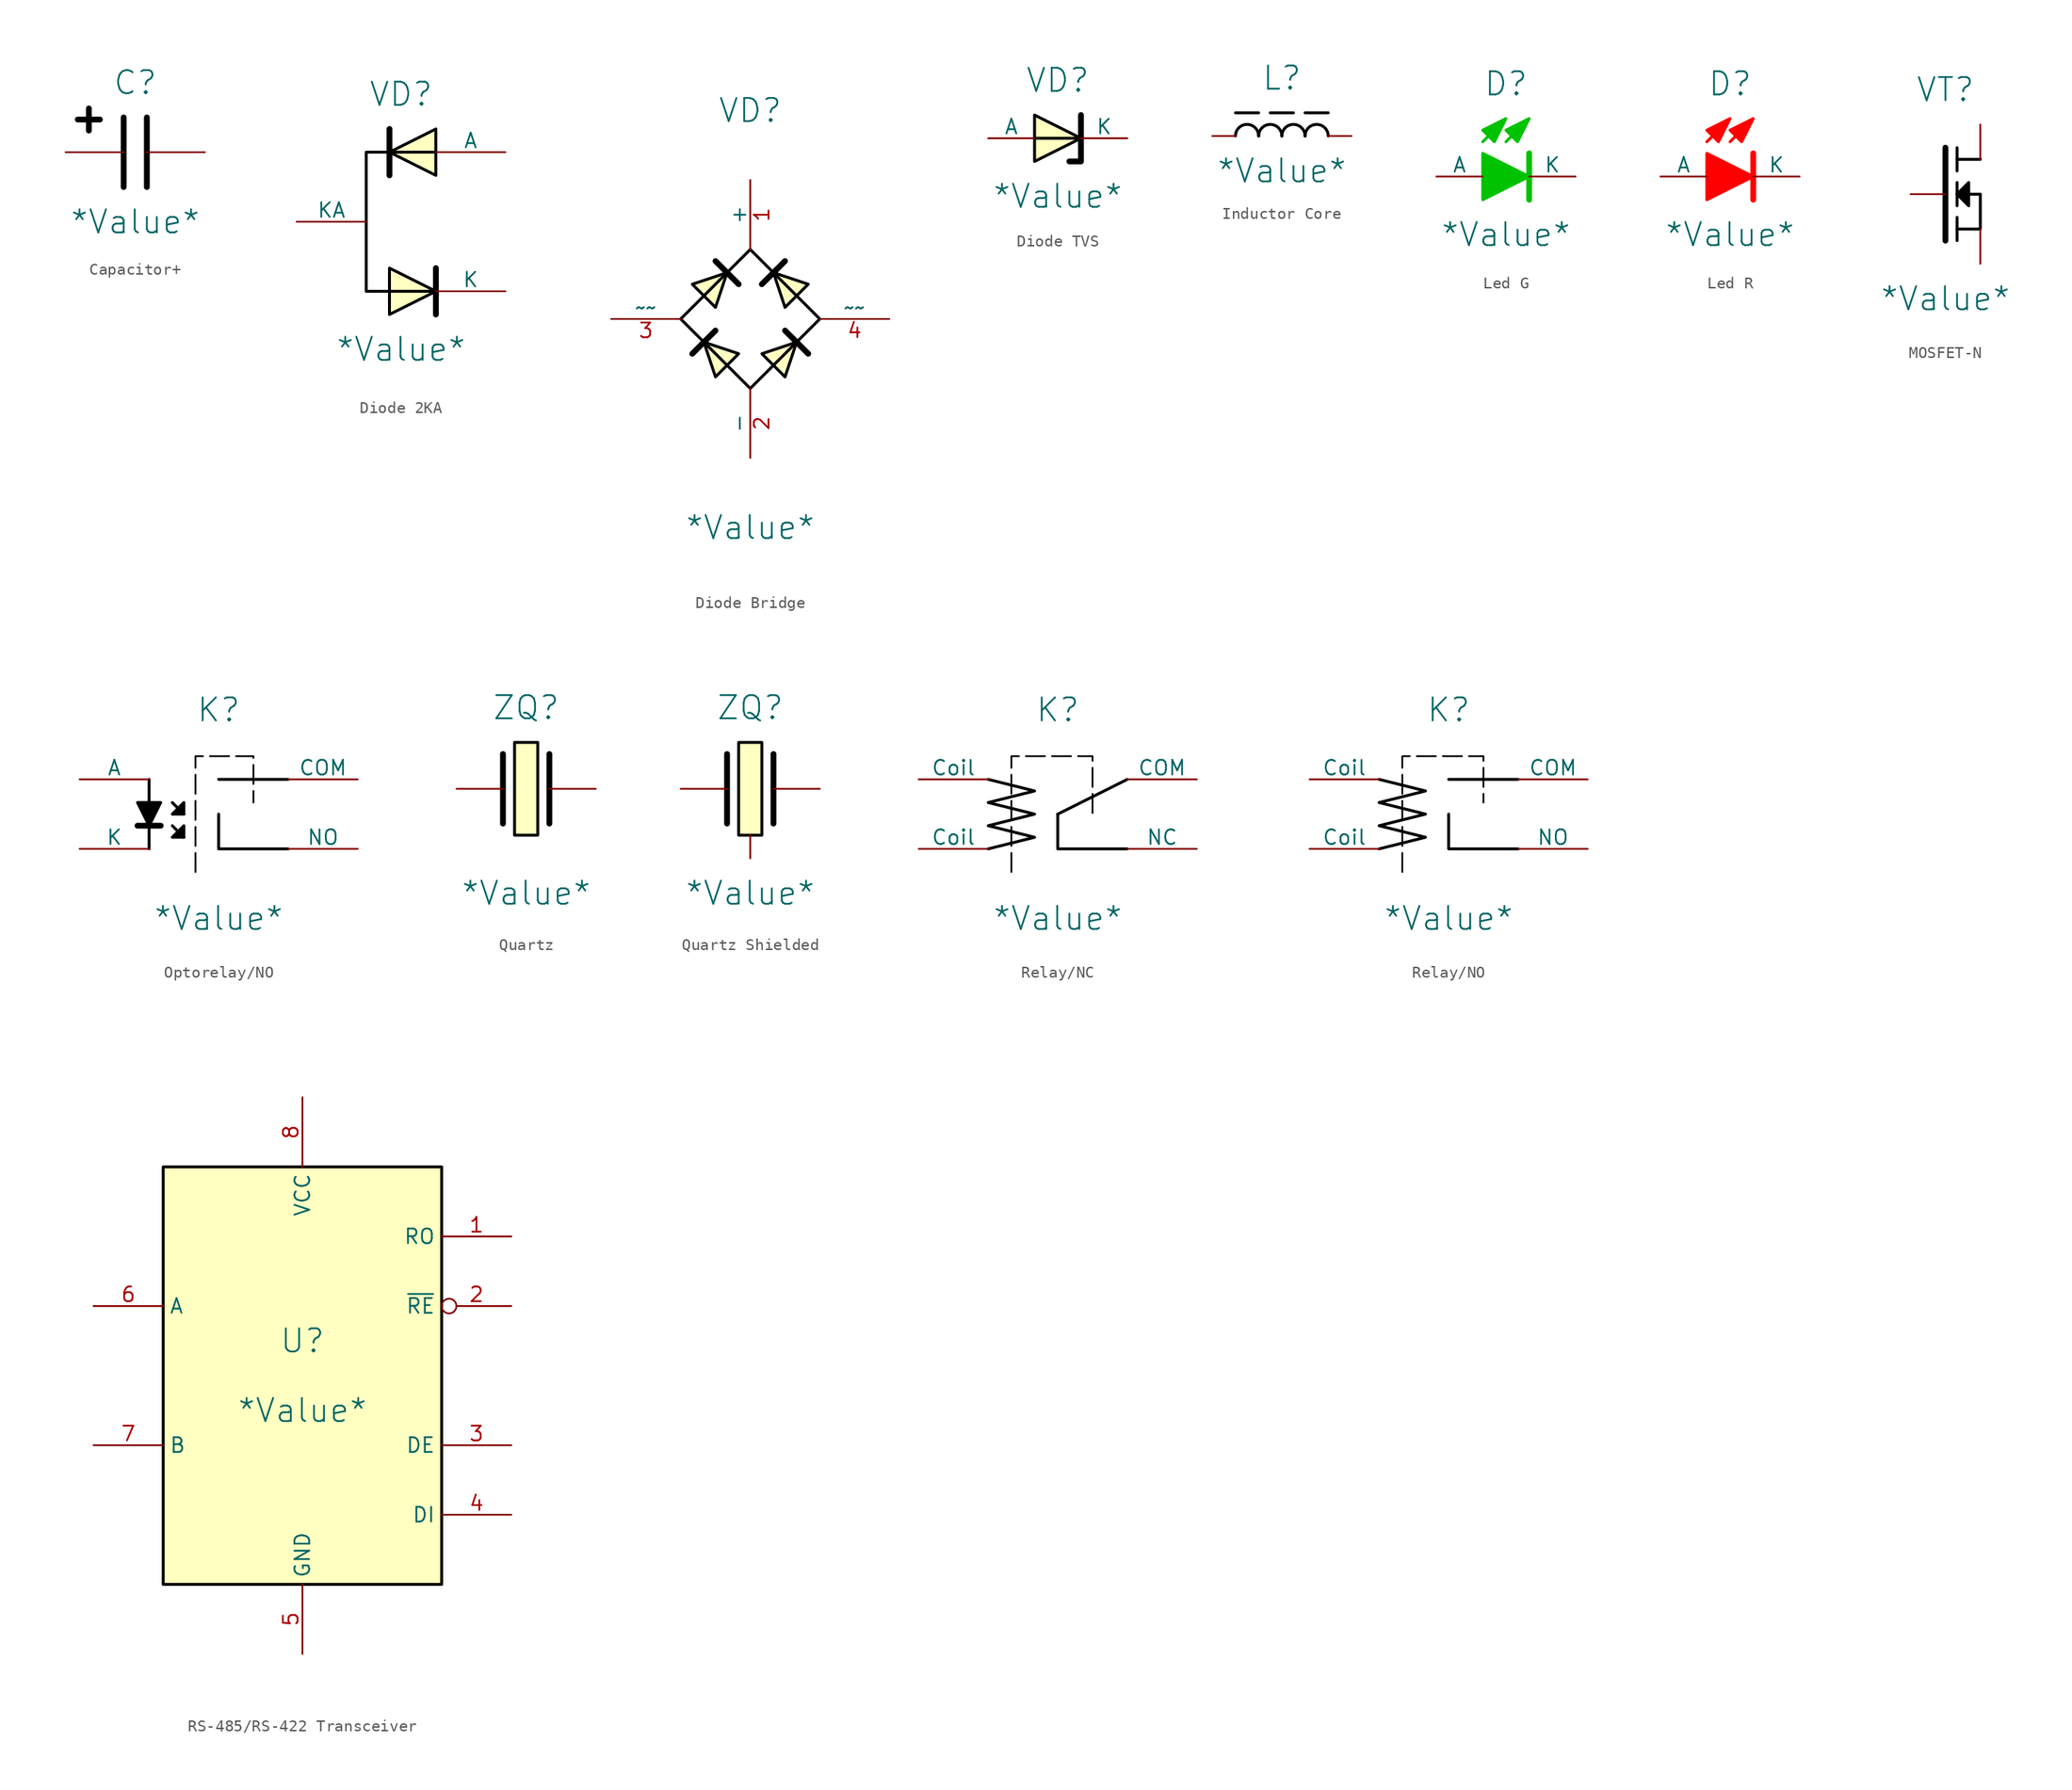
<source format=kicad_sym>
(kicad_symbol_lib
  (version 20241209)
  (generator "kicad_symbol_editor")
  (generator_version "9.0")
  (symbol "Capacitor+"
    (pin_numbers
      (hide yes))
    (pin_names
      (offset 0)
      (hide yes))
    (property "Reference" "C"
      (at 0 6 0)
      (effects (font (size 2 2))))
    (property "Value" "*Value*"
      (at 0 -6 0)
      (effects (font (size 2 2))))
    (symbol "Capacitor+_1_0"
      (polyline (pts (xy -1 -3) (xy -1 3)) (stroke (width 0.5) (type solid) (color 0 0 0 1)) (fill (type none)))
      (polyline (pts (xy 1 3) (xy 1 -3)) (stroke (width 0.5) (type solid) (color 0 0 0 1)) (fill (type none)))
      (pin passive line (at -6 0 0) (length 5) (name "1" (effects (font (size 2 2)))) (number "1" (effects (font (size 0 0)))))
      (pin passive line (at 6 0 180) (length 5) (name "2" (effects (font (size 2 2)))) (number "2" (effects (font (size 0 0))))))
    (symbol "Capacitor+_1_1"
      (text "+" (at -4 3 0) (effects (font (size 2.5 2.5) (thickness 0.5) (bold yes) (color 0 0 0 1))))))
  (symbol "Diode 2KA"
    (pin_numbers
      (hide yes))
    (pin_names
      (offset 0))
    (property "Reference" "VD"
      (at -3 11 0)
      (effects (font (size 2 2))))
    (property "Value" "*Value*"
      (at -3 -11 0)
      (effects (font (size 2 2))))
    (symbol "Diode 2KA_1_0"
      (polyline (pts (xy -4 8) (xy -4 4)) (stroke (width 0.5) (type solid) (color 0 0 0 1)) (fill (type none)))
      (polyline (pts (xy -4 -4) (xy 0 -6) (xy -4 -8) (xy -4 -4)) (stroke (width 0.25) (type solid) (color 0 0 0 1)) (fill (type background)))
      (polyline (pts (xy 0 4) (xy -4 6) (xy 0 8) (xy 0 4)) (stroke (width 0.25) (type solid) (color 0 0 0 1)) (fill (type background)))
      (polyline (pts (xy 0 -8) (xy 0 -4)) (stroke (width 0.5) (type solid) (color 0 0 0 1)) (fill (type none))))
    (symbol "Diode 2KA_1_1"
      (polyline (pts (xy 0 -6) (xy -6 -6) (xy -6 6) (xy 0 6)) (stroke (width 0.25) (type solid) (color 0 0 0 1)) (fill (type none)))
      (pin passive line (at -12 0 0) (length 6) (name "KA" (effects (font (size 1.27 1.27)))) (number "3" (effects (font (size 1.27 1.27)))))
      (pin passive line (at 6 6 180) (length 6) (name "A" (effects (font (size 1.27 1.27)))) (number "1" (effects (font (size 1.27 1.27)))))
      (pin passive line (at 6 -6 180) (length 6) (name "K" (effects (font (size 1.27 1.27)))) (number "2" (effects (font (size 1.27 1.27)))))))
  (symbol "Diode Bridge"
    (pin_names
      (offset 0))
    (property "Reference" "VD"
      (at 0 18 0)
      (effects (font (size 2 2))))
    (property "Value" "*Value*"
      (at 0 -18 0)
      (effects (font (size 2 2))))
    (symbol "Diode Bridge_1_0"
      (polyline (pts (xy -5 3) (xy -2 4) (xy -3 1) (xy -5 3)) (stroke (width 0.25) (type solid) (color 0 0 0 1)) (fill (type background)))
      (polyline (pts (xy -3 -1) (xy -5 -3)) (stroke (width 0.5) (type solid) (color 0 0 0 1)) (fill (type none)))
      (polyline (pts (xy -3 -5) (xy -4 -2) (xy -1 -3) (xy -3 -5)) (stroke (width 0.25) (type solid) (color 0 0 0 1)) (fill (type background)))
      (polyline (pts (xy -1 3) (xy -3 5)) (stroke (width 0.5) (type solid) (color 0 0 0 1)) (fill (type none)))
      (polyline (pts (xy 1 -3) (xy 4 -2) (xy 3 -5) (xy 1 -3)) (stroke (width 0.25) (type solid) (color 0 0 0 1)) (fill (type background)))
      (polyline (pts (xy 3 5) (xy 1 3)) (stroke (width 0.5) (type solid) (color 0 0 0 1)) (fill (type none)))
      (polyline (pts (xy 3 1) (xy 2 4) (xy 5 3) (xy 3 1)) (stroke (width 0.25) (type solid) (color 0 0 0 1)) (fill (type background)))
      (polyline (pts (xy 5 -3) (xy 3 -1)) (stroke (width 0.5) (type solid) (color 0 0 0 1)) (fill (type none))))
    (symbol "Diode Bridge_1_1"
      (polyline (pts (xy 6 0) (xy 0 -6) (xy -6 0) (xy 0 6) (xy 6 0)) (stroke (width 0.25) (type solid) (color 0 0 0 1)) (fill (type none)))
      (pin passive line (at -12 0 0) (length 6) (name "~~" (effects (font (size 1.27 1.27)))) (number "3" (effects (font (size 1.27 1.27)))))
      (pin passive line (at 0 12 270) (length 6) (name "+" (effects (font (size 1.27 1.27)))) (number "1" (effects (font (size 1.27 1.27)))))
      (pin passive line (at 0 -12 90) (length 6) (name "-" (effects (font (size 1.27 1.27)))) (number "2" (effects (font (size 1.27 1.27)))))
      (pin passive line (at 12 0 180) (length 6) (name "~~" (effects (font (size 1.27 1.27)))) (number "4" (effects (font (size 1.27 1.27)))))))
  (symbol "Diode TVS"
    (pin_numbers
      (hide yes))
    (pin_names
      (offset 0))
    (property "Reference" "VD"
      (at 0 5 0)
      (effects (font (size 2 2))))
    (property "Value" "*Value*"
      (at 0 -5 0)
      (effects (font (size 2 2))))
    (symbol "Diode TVS_1_0"
      (polyline (pts (xy -2 2) (xy 2 0) (xy -2 -2) (xy -2 2)) (stroke (width 0.25) (type solid) (color 0 0 0 1)) (fill (type background)))
      (polyline (pts (xy -2 0) (xy 2 0)) (stroke (width 0.25) (type solid) (color 0 0 0 1)) (fill (type none)))
      (polyline (pts (xy 1 -2) (xy 2 -2) (xy 2 2)) (stroke (width 0.5) (type solid) (color 0 0 0 1)) (fill (type none))))
    (symbol "Diode TVS_1_1"
      (pin passive line (at -6 0 0) (length 4) (name "A" (effects (font (size 1.27 1.27)))) (number "2" (effects (font (size 1.27 1.27)))))
      (pin passive line (at 6 0 180) (length 4) (name "K" (effects (font (size 1.27 1.27)))) (number "1" (effects (font (size 1.27 1.27)))))))
  (symbol "Inductor Core"
    (pin_numbers
      (hide yes))
    (pin_names
      (offset 0)
      (hide yes))
    (property "Reference" "L"
      (at 0 5 0)
      (effects (font (size 2 2))))
    (property "Value" "*Value*"
      (at 0 -3 0)
      (effects (font (size 2 2))))
    (symbol "Inductor Core_1_0"
      (arc (start -4 0) (mid -3 1) (end -2 0) (stroke (width 0.25) (type solid) (color 0 0 0 1)) (fill (type none)))
      (polyline (pts (xy -2 2) (xy -4 2)) (stroke (width 0.25) (type solid) (color 0 0 0 1)) (fill (type none)))
      (arc (start -2 0) (mid -1 1) (end 0 0) (stroke (width 0.25) (type solid) (color 0 0 0 1)) (fill (type none)))
      (polyline (pts (xy 1 2) (xy -1 2)) (stroke (width 0.25) (type solid) (color 0 0 0 1)) (fill (type none)))
      (arc (start 0 0) (mid 1 1) (end 2 0) (stroke (width 0.25) (type solid) (color 0 0 0 1)) (fill (type none)))
      (arc (start 2 0) (mid 3 1) (end 4 0) (stroke (width 0.25) (type solid) (color 0 0 0 1)) (fill (type none)))
      (polyline (pts (xy 4 2) (xy 2 2)) (stroke (width 0.25) (type solid) (color 0 0 0 1)) (fill (type none)))
      (pin passive line (at -6 0 0) (length 2) (name "1" (effects (font (size 0 0)))) (number "1" (effects (font (size 0 0)))))
      (pin passive line (at 6 0 180) (length 2) (name "2" (effects (font (size 0 0)))) (number "2" (effects (font (size 0 0)))))))
  (symbol "Led G"
    (pin_numbers
      (hide yes))
    (pin_names
      (offset 0))
    (property "Reference" "D"
      (at 0 8 0)
      (effects (font (size 2 2))))
    (property "Value" "*Value*"
      (at 0 -5 0)
      (effects (font (size 2 2))))
    (symbol "Led G_1_0"
      (polyline (pts (xy -2 4) (xy -1 3) (xy 0 5) (xy -2 4)) (stroke (width 0.25) (type solid) (color 0 194 0 1)) (fill (type color) (color 0 194 0 1)))
      (polyline (pts (xy -2 -2) (xy 2 0) (xy -2 2) (xy -2 -2)) (stroke (width 0.25) (type solid) (color 0 194 0 1)) (fill (type color) (color 0 194 0 1)))
      (polyline (pts (xy 0 4) (xy 1 3) (xy 2 5) (xy 0 4)) (stroke (width 0.25) (type solid) (color 0 194 0 1)) (fill (type color) (color 0 194 0 1)))
      (polyline (pts (xy 2 2) (xy 2 -2)) (stroke (width 0.5) (type solid) (color 0 194 0 1)) (fill (type none))))
    (symbol "Led G_1_1"
      (polyline (pts (xy -1 4) (xy -2 3)) (stroke (width 0.25) (type solid) (color 0 194 0 1)) (fill (type none)))
      (polyline (pts (xy 1 4) (xy 0 3)) (stroke (width 0.25) (type solid) (color 0 194 0 1)) (fill (type none)))
      (pin passive line (at -6 0 0) (length 4) (name "A" (effects (font (size 1.27 1.27)))) (number "2" (effects (font (size 1.27 1.27)))))
      (pin passive line (at 6 0 180) (length 4) (name "K" (effects (font (size 1.27 1.27)))) (number "1" (effects (font (size 1.27 1.27)))))))
  (symbol "Led R"
    (pin_numbers
      (hide yes))
    (pin_names
      (offset 0))
    (property "Reference" "D"
      (at 0 8 0)
      (effects (font (size 2 2))))
    (property "Value" "*Value*"
      (at 0 -5 0)
      (effects (font (size 2 2))))
    (symbol "Led R_1_0"
      (polyline (pts (xy -2 4) (xy -1 3) (xy 0 5) (xy -2 4)) (stroke (width 0.25) (type solid) (color 255 0 0 1)) (fill (type color) (color 255 0 0 1)))
      (polyline (pts (xy -2 -2) (xy 2 0) (xy -2 2) (xy -2 -2)) (stroke (width 0.25) (type solid) (color 255 0 0 1)) (fill (type color) (color 255 0 0 1)))
      (polyline (pts (xy 0 4) (xy 1 3) (xy 2 5) (xy 0 4)) (stroke (width 0.25) (type solid) (color 255 0 0 1)) (fill (type color) (color 255 0 0 1)))
      (polyline (pts (xy 2 2) (xy 2 -2)) (stroke (width 0.5) (type solid) (color 255 0 0 1)) (fill (type none))))
    (symbol "Led R_1_1"
      (polyline (pts (xy -1 4) (xy -2 3)) (stroke (width 0.25) (type solid) (color 255 0 0 1)) (fill (type none)))
      (polyline (pts (xy 1 4) (xy 0 3)) (stroke (width 0.25) (type solid) (color 255 0 0 1)) (fill (type none)))
      (pin passive line (at -6 0 0) (length 4) (name "A" (effects (font (size 1.27 1.27)))) (number "2" (effects (font (size 1.27 1.27)))))
      (pin passive line (at 6 0 180) (length 4) (name "K" (effects (font (size 1.27 1.27)))) (number "1" (effects (font (size 1.27 1.27)))))))
  (symbol "MOSFET-N"
    (property "Reference" "VT"
      (at 3 9 0)
      (effects (font (size 2 2))))
    (property "Value" "*Value*"
      (at 3 -9 0)
      (effects (font (size 2 2))))
    (symbol "MOSFET-N_1_0"
      (polyline (pts (xy 4 0) (xy 5 1) (xy 5 -1) (xy 4 0)) (stroke (width 0.25) (type solid) (color 0 0 0 1)) (fill (type outline)))
      (pin input line (at 0 0 0) (length 3) (name "1" (effects (font (size 0 0)))) (number "1" (effects (font (size 0 0)))))
      (pin passive line (at 6 6 270) (length 3) (name "3" (effects (font (size 0 0)))) (number "3" (effects (font (size 0 0)))))
      (pin passive line (at 6 -6 90) (length 3) (name "2" (effects (font (size 0 0)))) (number "2" (effects (font (size 0 0))))))
    (symbol "MOSFET-N_1_1"
      (polyline (pts (xy 3 4) (xy 3 -4)) (stroke (width 0.5) (type solid) (color 0 0 0 1)) (fill (type none)))
      (polyline (pts (xy 4 4) (xy 4 2)) (stroke (width 0.25) (type solid) (color 0 0 0 1)) (fill (type none)))
      (polyline (pts (xy 4 1) (xy 4 -1)) (stroke (width 0.25) (type solid) (color 0 0 0 1)) (fill (type none)))
      (polyline (pts (xy 4 -2) (xy 4 -4)) (stroke (width 0.25) (type solid) (color 0 0 0 1)) (fill (type none)))
      (polyline (pts (xy 4 -3) (xy 6 -3) (xy 6 0) (xy 4 0)) (stroke (width 0.25) (type solid) (color 0 0 0 1)) (fill (type none)))
      (polyline (pts (xy 6 3) (xy 4 3)) (stroke (width 0.25) (type solid) (color 0 0 0 1)) (fill (type none)))))
  (symbol "Optorelay/NO"
    (pin_numbers
      (hide yes))
    (pin_names
      (offset 0))
    (property "Reference" "K"
      (at 0 6 0)
      (effects (font (size 2 2))))
    (property "Value" "*Value*"
      (at 0 -12 0)
      (effects (font (size 2 2))))
    (symbol "Optorelay/NO_1_0"
      (polyline (pts (xy -7 -2) (xy -6 -4) (xy -5 -2) (xy -7 -2)) (stroke (width 0.25) (type solid) (color 0 0 0 1)) (fill (type color) (color 0 0 0 1)))
      (polyline (pts (xy -6 0) (xy -6 -6)) (stroke (width 0.25) (type solid) (color 0 0 0 1)) (fill (type none)))
      (polyline (pts (xy -5 -4) (xy -7 -4)) (stroke (width 0.5) (type solid) (color 0 0 0 1)) (fill (type none)))
      (polyline (pts (xy -3 -2) (xy -4 -3) (xy -3 -3) (xy -3 -2)) (stroke (width 0.25) (type solid) (color 0 0 0 1)) (fill (type color) (color 0 0 0 1)))
      (polyline (pts (xy -3 -4) (xy -4 -5) (xy -3 -5) (xy -3 -4)) (stroke (width 0.25) (type solid) (color 0 0 0 1)) (fill (type color) (color 0 0 0 1)))
      (pin passive line (at -12 0 0) (length 6) (name "A" (effects (font (size 1.27 1.27)))) (number "2" (effects (font (size 1.27 1.27)))))
      (pin passive line (at -12 -6 0) (length 6) (name "K" (effects (font (size 1.27 1.27)))) (number "1" (effects (font (size 1.27 1.27)))))
      (pin passive line (at 12 0 180) (length 6) (name "COM" (effects (font (size 1.27 1.27)))) (number "3" (effects (font (size 1.27 1.27)))))
      (pin passive line (at 12 -6 180) (length 6) (name "NO" (effects (font (size 1.27 1.27)))) (number "4" (effects (font (size 1.27 1.27))))))
    (symbol "Optorelay/NO_1_1"
      (polyline (pts (xy -3 -3) (xy -4 -2)) (stroke (width 0.25) (type solid) (color 0 0 0 1)) (fill (type none)))
      (polyline (pts (xy -3 -5) (xy -4 -4)) (stroke (width 0.25) (type solid) (color 0 0 0 1)) (fill (type none)))
      (polyline (pts (xy -2 -8) (xy -2 2) (xy 3 2) (xy 3 -2)) (stroke (width 0.15) (type dash) (color 0 0 0 1)) (fill (type none)))
      (polyline (pts (xy 6 0) (xy 0 0)) (stroke (width 0.25) (type solid) (color 0 0 0 1)) (fill (type none)))
      (polyline (pts (xy 6 -6) (xy 0 -6) (xy 0 -3)) (stroke (width 0.25) (type solid) (color 0 0 0 1)) (fill (type none)))))
  (symbol "Quartz"
    (pin_numbers
      (hide yes))
    (pin_names
      (offset 0)
      (hide yes))
    (property "Reference" "ZQ"
      (at 0 7 0)
      (effects (font (size 2 2))))
    (property "Value" "*Value*"
      (at 0 -9 0)
      (effects (font (size 2 2))))
    (symbol "Quartz_1_0"
      (polyline (pts (xy -2 3) (xy -2 -3)) (stroke (width 0.5) (type solid) (color 0 0 0 1)) (fill (type none)))
      (rectangle (start -1 4) (end 1 -4) (stroke (width 0.25) (type solid) (color 0 0 0 1)) (fill (type color) (color 255 255 194 1)))
      (polyline (pts (xy 2 3) (xy 2 -3)) (stroke (width 0.5) (type solid) (color 0 0 0 1)) (fill (type none)))
      (pin passive line (at -6 0 0) (length 4) (name "1" (effects (font (size 1 1)))) (number "1" (effects (font (size 1.27 1.27)))))
      (pin passive line (at 6 0 180) (length 4) (name "2" (effects (font (size 1 1)))) (number "2" (effects (font (size 1.27 1.27)))))))
  (symbol "Quartz Shielded"
    (pin_numbers
      (hide yes))
    (pin_names
      (offset 0)
      (hide yes))
    (property "Reference" "ZQ"
      (at 0 7 0)
      (effects (font (size 2 2))))
    (property "Value" "*Value*"
      (at 0 -9 0)
      (effects (font (size 2 2))))
    (symbol "Quartz Shielded_1_0"
      (polyline (pts (xy -2 3) (xy -2 -3)) (stroke (width 0.5) (type solid) (color 0 0 0 1)) (fill (type none)))
      (rectangle (start -1 4) (end 1 -4) (stroke (width 0.25) (type solid) (color 0 0 0 1)) (fill (type color) (color 255 255 194 1)))
      (polyline (pts (xy 2 3) (xy 2 -3)) (stroke (width 0.5) (type solid) (color 0 0 0 1)) (fill (type none)))
      (pin passive line (at -6 0 0) (length 4) (name "1" (effects (font (size 1 1)))) (number "1" (effects (font (size 1.27 1.27)))))
      (pin passive line (at 0 -6 90) (length 2) (name "3" (effects (font (size 1 1)))) (number "3" (effects (font (size 1 1)))))
      (pin passive line (at 6 0 180) (length 4) (name "2" (effects (font (size 1 1)))) (number "2" (effects (font (size 1.27 1.27)))))))
  (symbol "Relay/NC"
    (pin_numbers
      (hide yes))
    (pin_names
      (offset 0))
    (property "Reference" "K"
      (at 0 6 0)
      (effects (font (size 2 2))))
    (property "Value" "*Value*"
      (at 0 -12 0)
      (effects (font (size 2 2))))
    (symbol "Relay/NC_1_0"
      (pin passive line (at -12 0 0) (length 6) (name "Coil" (effects (font (size 1.27 1.27)))) (number "1" (effects (font (size 1.27 1.27)))))
      (pin passive line (at -12 -6 0) (length 6) (name "Coil" (effects (font (size 1.27 1.27)))) (number "2" (effects (font (size 1.27 1.27)))))
      (pin passive line (at 12 0 180) (length 6) (name "COM" (effects (font (size 1.27 1.27)))) (number "3" (effects (font (size 1.27 1.27)))))
      (pin passive line (at 12 -6 180) (length 6) (name "NC" (effects (font (size 1.27 1.27)))) (number "5" (effects (font (size 1.27 1.27))))))
    (symbol "Relay/NC_1_1"
      (polyline (pts (xy -6 0) (xy -2 -1) (xy -6 -2) (xy -2 -3) (xy -6 -4) (xy -2 -5) (xy -6 -6)) (stroke (width 0.25) (type solid) (color 0 0 0 1)) (fill (type none)))
      (polyline (pts (xy -4 -8) (xy -4 2) (xy 3 2) (xy 3 -3)) (stroke (width 0.15) (type dash) (color 0 0 0 1)) (fill (type none)))
      (polyline (pts (xy 6 0) (xy 0 -3)) (stroke (width 0.25) (type solid) (color 0 0 0 1)) (fill (type none)))
      (polyline (pts (xy 6 -6) (xy 0 -6) (xy 0 -3)) (stroke (width 0.25) (type solid) (color 0 0 0 1)) (fill (type none)))))
  (symbol "Relay/NO"
    (pin_numbers
      (hide yes))
    (pin_names
      (offset 0))
    (property "Reference" "K"
      (at 0 6 0)
      (effects (font (size 2 2))))
    (property "Value" "*Value*"
      (at 0 -12 0)
      (effects (font (size 2 2))))
    (symbol "Relay/NO_1_0"
      (pin passive line (at -12 0 0) (length 6) (name "Coil" (effects (font (size 1.27 1.27)))) (number "1" (effects (font (size 1.27 1.27)))))
      (pin passive line (at -12 -6 0) (length 6) (name "Coil" (effects (font (size 1.27 1.27)))) (number "2" (effects (font (size 1.27 1.27)))))
      (pin passive line (at 12 0 180) (length 6) (name "COM" (effects (font (size 1.27 1.27)))) (number "3" (effects (font (size 1.27 1.27)))))
      (pin passive line (at 12 -6 180) (length 6) (name "NO" (effects (font (size 1.27 1.27)))) (number "4" (effects (font (size 1.27 1.27))))))
    (symbol "Relay/NO_1_1"
      (polyline (pts (xy -6 0) (xy -2 -1) (xy -6 -2) (xy -2 -3) (xy -6 -4) (xy -2 -5) (xy -6 -6)) (stroke (width 0.25) (type solid) (color 0 0 0 1)) (fill (type none)))
      (polyline (pts (xy -4 -8) (xy -4 2) (xy 3 2) (xy 3 -2)) (stroke (width 0.15) (type dash) (color 0 0 0 1)) (fill (type none)))
      (polyline (pts (xy 6 0) (xy 0 0)) (stroke (width 0.25) (type solid) (color 0 0 0 1)) (fill (type none)))
      (polyline (pts (xy 6 -6) (xy 0 -6) (xy 0 -3)) (stroke (width 0.25) (type solid) (color 0 0 0 1)) (fill (type none)))))
  (symbol "RS-485/RS-422 Transceiver"
    (property "Reference" "U"
      (at 0 3 0)
      (effects (font (size 2 2))))
    (property "Value" "*Value*"
      (at 0 -3 0)
      (effects (font (size 2 2))))
    (symbol "RS-485/RS-422 Transceiver_1_0"
      (rectangle (start -12 18) (end 12 -18) (stroke (width 0.25) (type solid) (color 0 0 0 1)) (fill (type color) (color 255 255 194 1)))
      (pin input line (at -18 6 0) (length 6) (name "A" (effects (font (size 1.27 1.27)))) (number "6" (effects (font (size 1.27 1.27)))))
      (pin input line (at -18 -6 0) (length 6) (name "B" (effects (font (size 1.27 1.27)))) (number "7" (effects (font (size 1.27 1.27)))))
      (pin power_in line (at 0 24 270) (length 6) (name "VCC" (effects (font (size 1.27 1.27)))) (number "8" (effects (font (size 1.27 1.27)))))
      (pin power_in line (at 0 -24 90) (length 6) (name "GND" (effects (font (size 1.27 1.27)))) (number "5" (effects (font (size 1.27 1.27)))))
      (pin output line (at 18 12 180) (length 6) (name "RO" (effects (font (size 1.27 1.27)))) (number "1" (effects (font (size 1.27 1.27)))))
      (pin output inverted (at 18 6 180) (length 6) (name "~{RE}" (effects (font (size 1.27 1.27)))) (number "2" (effects (font (size 1.27 1.27)))))
      (pin output line (at 18 -6 180) (length 6) (name "DE" (effects (font (size 1.27 1.27)))) (number "3" (effects (font (size 1.27 1.27)))))
      (pin output line (at 18 -12 180) (length 6) (name "DI" (effects (font (size 1.27 1.27)))) (number "4" (effects (font (size 1.27 1.27))))))))
</source>
